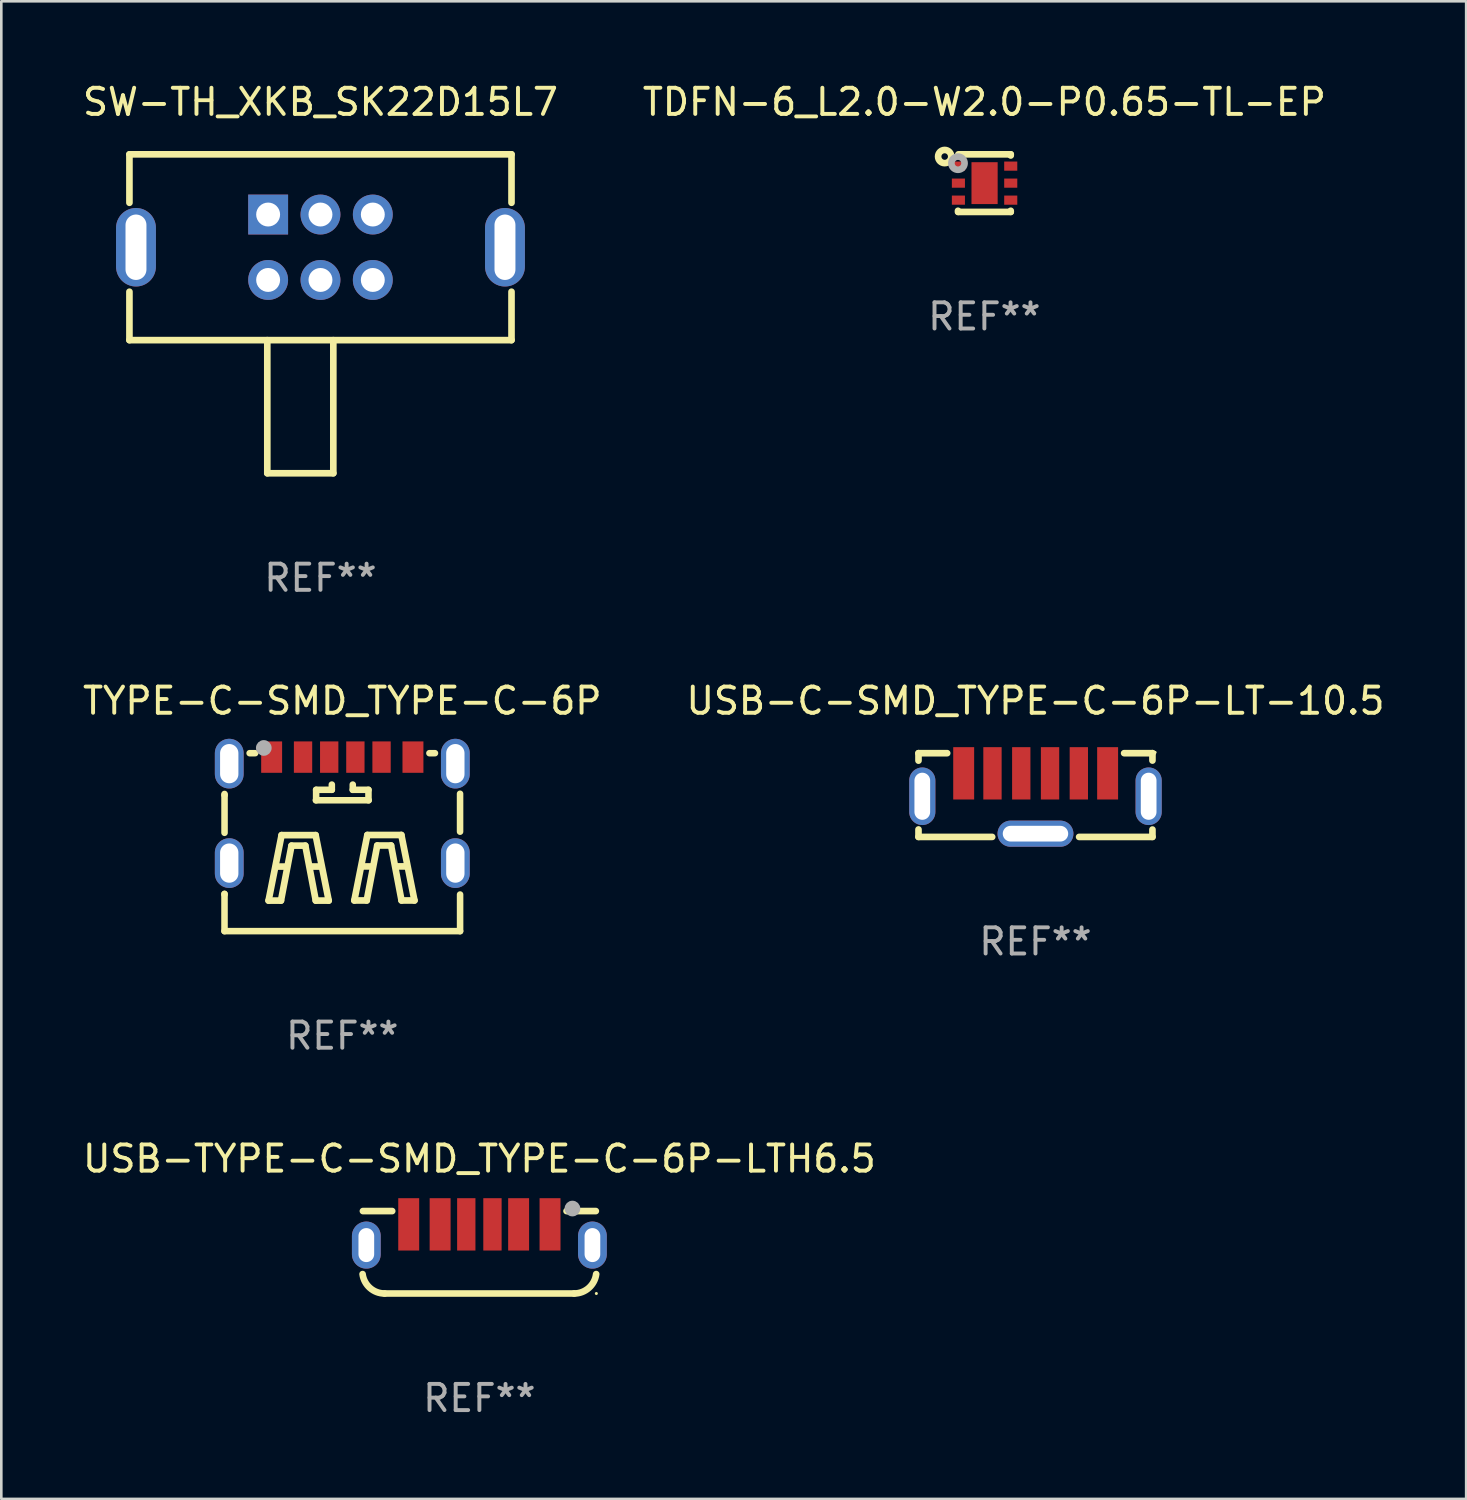
<source format=kicad_pcb>
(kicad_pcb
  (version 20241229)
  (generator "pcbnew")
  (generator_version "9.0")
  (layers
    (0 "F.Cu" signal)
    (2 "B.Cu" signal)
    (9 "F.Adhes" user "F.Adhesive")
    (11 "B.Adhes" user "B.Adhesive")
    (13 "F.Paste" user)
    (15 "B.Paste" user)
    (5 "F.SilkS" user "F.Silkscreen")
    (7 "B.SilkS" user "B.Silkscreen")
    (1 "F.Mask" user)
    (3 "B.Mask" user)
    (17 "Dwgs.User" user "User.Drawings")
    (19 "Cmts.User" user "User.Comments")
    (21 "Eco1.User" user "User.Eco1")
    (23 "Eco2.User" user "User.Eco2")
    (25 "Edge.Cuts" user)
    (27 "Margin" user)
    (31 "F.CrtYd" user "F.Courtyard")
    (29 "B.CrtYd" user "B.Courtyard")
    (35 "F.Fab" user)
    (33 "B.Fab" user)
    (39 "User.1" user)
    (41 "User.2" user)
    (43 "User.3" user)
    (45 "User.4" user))
  (footprint "USB-TYPE-C-SMD_TYPE-C-6P-LTH6.5"
    (layer "F.Cu")
    (at 15.268 44.132)
    (property "Reference" "USB-TYPE-C-SMD_TYPE-C-6P-LTH6.5" (at 0.000013 -2.904 0) (layer "F.SilkS") (effects (font (size 1 1) (thickness 0.15))))
    (attr through_hole)
    (fp_line (start -4.45 -0.904) (end -3.331 -0.904) (stroke (width 0.254) (type solid)) (layer "F.SilkS"))
    (fp_line (start -3.62 2.246) (end 3.62 2.246) (stroke (width 0.254) (type solid)) (layer "F.SilkS"))
    (fp_line (start 3.331 -0.904) (end 4.45 -0.904) (stroke (width 0.254) (type solid)) (layer "F.SilkS"))
    (fp_arc (start -3.61966 2.24605) (mid -4.181061 2.034177) (end -4.462636 1.504293) (stroke (width 0.254001) (type solid)) (layer "F.SilkS"))
    (fp_arc (start 4.463348 1.504267) (mid 4.18178 2.034168) (end 3.620371 2.246051) (stroke (width 0.254001) (type solid)) (layer "F.SilkS"))
    (fp_circle (center 4.47 2.246) (end 4.5 2.246) (stroke (width 0.06) (type solid)) (fill no) (layer "F.SilkS"))
    (fp_circle (center 3.556 -1) (end 3.706 -1) (stroke (width 0.3) (type solid)) (fill no) (layer "F.Fab"))
    (fp_text user "REF**" (at 0.000013 6.246 0) (layer "F.Fab") (effects (font (size 1 1) (thickness 0.15))))
    (pad "1" thru_hole oval (at -4.32 0.396) (size 1.1 1.8) (drill oval 0.6 1.3) (layers "*.Cu" "*.Mask"))
    (pad "1" thru_hole oval (at 4.32 0.396) (size 1.1 1.8) (drill oval 0.6 1.3) (layers "*.Cu" "*.Mask"))
    (pad "A5" smd rect (at -0.5 -0.396) (size 0.7 2) (layers "F.Cu" "F.Mask" "F.Paste"))
    (pad "A9" smd rect (at 1.5 -0.396) (size 0.8 2) (layers "F.Cu" "F.Mask" "F.Paste"))
    (pad "A12" smd rect (at 2.7 -0.396) (size 0.8 2) (layers "F.Cu" "F.Mask" "F.Paste"))
    (pad "B5" smd rect (at 0.5 -0.396) (size 0.7 2) (layers "F.Cu" "F.Mask" "F.Paste"))
    (pad "B9" smd rect (at -1.5 -0.396) (size 0.8 2) (layers "F.Cu" "F.Mask" "F.Paste"))
    (pad "B12" smd rect (at -2.7 -0.396) (size 0.8 2) (layers "F.Cu" "F.Mask" "F.Paste")))
  (footprint "USB-C-SMD_TYPE-C-6P-LT-10.5"
    (layer "F.Cu")
    (at 36.518 27.654)
    (property "Reference" "USB-C-SMD_TYPE-C-6P-LT-10.5" (at -0.000127 -3.923 0) (layer "F.SilkS") (effects (font (size 1 1) (thickness 0.15))))
    (attr through_hole)
    (fp_line (start -4.47 -1.923) (end -4.47 -1.638) (stroke (width 0.254) (type solid)) (layer "F.SilkS"))
    (fp_line (start -4.47 -1.923) (end -3.374 -1.923) (stroke (width 0.254) (type solid)) (layer "F.SilkS"))
    (fp_line (start -4.47 0.992) (end -4.47 1.277) (stroke (width 0.254) (type solid)) (layer "F.SilkS"))
    (fp_line (start -4.47 1.277) (end -1.654 1.277) (stroke (width 0.254) (type solid)) (layer "F.SilkS"))
    (fp_line (start 1.668 1.277) (end 4.47 1.277) (stroke (width 0.254) (type solid)) (layer "F.SilkS"))
    (fp_line (start 3.388 -1.923) (end 4.47 -1.923) (stroke (width 0.254) (type solid)) (layer "F.SilkS"))
    (fp_line (start 4.47 -1.923) (end 4.47 -1.641) (stroke (width 0.254) (type solid)) (layer "F.SilkS"))
    (fp_line (start 4.47 0.995) (end 4.47 1.277) (stroke (width 0.254) (type solid)) (layer "F.SilkS"))
    (fp_circle (center 4.572 -1.953) (end 4.602 -1.953) (stroke (width 0.06) (type solid)) (fill no) (layer "F.SilkS"))
    (fp_text user "REF**" (at -0.000127 5.277 0) (layer "F.Fab") (effects (font (size 1 1) (thickness 0.15))))
    (pad "7" thru_hole oval (at 4.325 -0.277) (size 1 2.2) (drill oval 0.6 1.8) (layers "*.Cu" "*.Mask"))
    (pad "8" thru_hole oval (at 0.000127 1.153 90) (size 1 2.9) (drill oval 0.6 2.5) (layers "*.Cu" "*.Mask"))
    (pad "9" thru_hole oval (at -4.325 -0.277 180) (size 1 2.2) (drill oval 0.6 1.8) (layers "*.Cu" "*.Mask"))
    (pad "A5" smd rect (at -0.543 -1.153) (size 0.7 2) (layers "F.Cu" "F.Mask" "F.Paste"))
    (pad "A9" smd rect (at 1.657 -1.153) (size 0.7 2) (layers "F.Cu" "F.Mask" "F.Paste"))
    (pad "A12" smd rect (at 2.757 -1.153) (size 0.8 2) (layers "F.Cu" "F.Mask" "F.Paste"))
    (pad "B5" smd rect (at 0.557 -1.153) (size 0.7 2) (layers "F.Cu" "F.Mask" "F.Paste"))
    (pad "B9" smd rect (at -1.643 -1.153) (size 0.7 2) (layers "F.Cu" "F.Mask" "F.Paste"))
    (pad "B12" smd rect (at -2.743 -1.153) (size 0.8 2) (layers "F.Cu" "F.Mask" "F.Paste")))
  (footprint "TDFN-6_L2.0-W2.0-P0.65-TL-EP"
    (layer "F.Cu")
    (at 34.573 3.948)
    (property "Reference" "TDFN-6_L2.0-W2.0-P0.65-TL-EP" (at -0.008 -3.1 0) (layer "F.SilkS") (effects (font (size 1 1) (thickness 0.15))))
    (attr smd)
    (fp_line (start -1.016 1.056) (end -1.016 1.1) (stroke (width 0.254) (type solid)) (layer "F.SilkS"))
    (fp_line (start -1 -1.1) (end 1 -1.1) (stroke (width 0.254) (type solid)) (layer "F.SilkS"))
    (fp_line (start -1 1.1) (end 1 1.1) (stroke (width 0.254) (type solid)) (layer "F.SilkS"))
    (fp_line (start 1 -1.1) (end 1 -1.056) (stroke (width 0.254) (type solid)) (layer "F.SilkS"))
    (fp_line (start 1 1.056) (end 1 1.1) (stroke (width 0.254) (type solid)) (layer "F.SilkS"))
    (fp_circle (center -1.524 -1.016) (end -1.399 -1.016) (stroke (width 0.254) (type solid)) (fill no) (layer "F.SilkS"))
    (fp_circle (center -1 -1) (end -0.97 -1) (stroke (width 0.06) (type solid)) (fill no) (layer "F.SilkS"))
    (fp_circle (center -1.016 -0.762) (end -0.891 -0.762) (stroke (width 0.254) (type solid)) (fill no) (layer "F.Fab"))
    (fp_text user "REF**" (at -0.008 5.1 0) (layer "F.Fab") (effects (font (size 1 1) (thickness 0.15))))
    (pad "1" smd rect (at -1 -0.65 90) (size 0.35 0.5) (layers "F.Cu" "F.Mask" "F.Paste"))
    (pad "2" smd rect (at -1 -0.000025 90) (size 0.35 0.5) (layers "F.Cu" "F.Mask" "F.Paste"))
    (pad "3" smd rect (at -1 0.65 90) (size 0.35 0.5) (layers "F.Cu" "F.Mask" "F.Paste"))
    (pad "4" smd rect (at 1 0.65 90) (size 0.35 0.5) (layers "F.Cu" "F.Mask" "F.Paste"))
    (pad "5" smd rect (at 1 -0.000025 90) (size 0.35 0.5) (layers "F.Cu" "F.Mask" "F.Paste"))
    (pad "6" smd rect (at 1 -0.65 90) (size 0.35 0.5) (layers "F.Cu" "F.Mask" "F.Paste"))
    (pad "7" smd rect (at 0.000076 -0.000025 180) (size 1 1.6) (layers "F.Cu" "F.Mask" "F.Paste")))
  (footprint "TYPE-C-SMD_TYPE-C-6P"
    (layer "F.Cu")
    (at 10.03 27.906)
    (property "Reference" "TYPE-C-SMD_TYPE-C-6P" (at 0.000127 -4.175 0) (layer "F.SilkS") (effects (font (size 1 1) (thickness 0.15))))
    (attr through_hole)
    (fp_line (start -4.501 3.203) (end -4.501 4.626) (stroke (width 0.25) (type solid)) (layer "F.SilkS"))
    (fp_line (start -4.501 3.226) (end -4.501 3.203) (stroke (width 0.25) (type solid)) (layer "F.SilkS"))
    (fp_line (start -4.501 4.626) (end 4.501 4.626) (stroke (width 0.25) (type solid)) (layer "F.SilkS"))
    (fp_line (start -4.5 -0.575) (end -4.5 -0.617) (stroke (width 0.25) (type solid)) (layer "F.SilkS"))
    (fp_line (start -4.5 -0.575) (end -4.5 0.867) (stroke (width 0.25) (type solid)) (layer "F.SilkS"))
    (fp_line (start -3.541 -2.175) (end -3.329 -2.175) (stroke (width 0.25) (type solid)) (layer "F.SilkS"))
    (fp_line (start -2.818 3.458) (end -2.32 0.956) (stroke (width 0.254) (type solid)) (layer "F.SilkS"))
    (fp_line (start -2.518 2.158) (end -2.119 2.158) (stroke (width 0.254) (type solid)) (layer "F.SilkS"))
    (fp_line (start -2.343 3.458) (end -2.818 3.458) (stroke (width 0.254) (type solid)) (layer "F.SilkS"))
    (fp_line (start -2.32 0.956) (end -1.019 0.956) (stroke (width 0.254) (type solid)) (layer "F.SilkS"))
    (fp_line (start -1.941 1.358) (end -2.343 3.458) (stroke (width 0.254) (type solid)) (layer "F.SilkS"))
    (fp_line (start -1.413 1.358) (end -1.941 1.358) (stroke (width 0.254) (type solid)) (layer "F.SilkS"))
    (fp_line (start -1.219 2.157) (end -0.819 2.157) (stroke (width 0.254) (type solid)) (layer "F.SilkS"))
    (fp_line (start -1.019 0.956) (end -0.519 3.458) (stroke (width 0.254) (type solid)) (layer "F.SilkS"))
    (fp_line (start -1.014 3.458) (end -1.413 1.358) (stroke (width 0.254) (type solid)) (layer "F.SilkS"))
    (fp_line (start -1.01 -0.375) (end 1.01 -0.375) (stroke (width 0.25) (type solid)) (layer "F.SilkS"))
    (fp_line (start -1 -0.775) (end -0.4 -0.775) (stroke (width 0.25) (type solid)) (layer "F.SilkS"))
    (fp_line (start -1 -0.375) (end -1 -0.775) (stroke (width 0.25) (type solid)) (layer "F.SilkS"))
    (fp_line (start -0.519 3.458) (end -1.014 3.458) (stroke (width 0.254) (type solid)) (layer "F.SilkS"))
    (fp_line (start -0.4 -0.775) (end -0.4 -0.975) (stroke (width 0.25) (type solid)) (layer "F.SilkS"))
    (fp_line (start 0.4 -0.775) (end 0.4 -0.975) (stroke (width 0.25) (type solid)) (layer "F.SilkS"))
    (fp_line (start 0.459 3.453) (end 0.957 0.951) (stroke (width 0.254) (type solid)) (layer "F.SilkS"))
    (fp_line (start 0.759 2.153) (end 1.158 2.153) (stroke (width 0.254) (type solid)) (layer "F.SilkS"))
    (fp_line (start 0.934 3.453) (end 0.459 3.453) (stroke (width 0.254) (type solid)) (layer "F.SilkS"))
    (fp_line (start 0.957 0.951) (end 2.257 0.951) (stroke (width 0.254) (type solid)) (layer "F.SilkS"))
    (fp_line (start 1 -0.775) (end 0.4 -0.775) (stroke (width 0.25) (type solid)) (layer "F.SilkS"))
    (fp_line (start 1 -0.375) (end 1 -0.775) (stroke (width 0.25) (type solid)) (layer "F.SilkS"))
    (fp_line (start 1.335 1.353) (end 0.934 3.453) (stroke (width 0.254) (type solid)) (layer "F.SilkS"))
    (fp_line (start 1.864 1.353) (end 1.335 1.353) (stroke (width 0.254) (type solid)) (layer "F.SilkS"))
    (fp_line (start 2.058 2.152) (end 2.458 2.152) (stroke (width 0.254) (type solid)) (layer "F.SilkS"))
    (fp_line (start 2.257 0.951) (end 2.758 3.453) (stroke (width 0.254) (type solid)) (layer "F.SilkS"))
    (fp_line (start 2.263 3.453) (end 1.864 1.353) (stroke (width 0.254) (type solid)) (layer "F.SilkS"))
    (fp_line (start 2.758 3.453) (end 2.263 3.453) (stroke (width 0.254) (type solid)) (layer "F.SilkS"))
    (fp_line (start 3.329 -2.175) (end 3.541 -2.175) (stroke (width 0.25) (type solid)) (layer "F.SilkS"))
    (fp_line (start 4.5 0.825) (end 4.5 -0.625) (stroke (width 0.25) (type solid)) (layer "F.SilkS"))
    (fp_line (start 4.501 4.626) (end 4.501 3.226) (stroke (width 0.25) (type solid)) (layer "F.SilkS"))
    (fp_circle (center 4.47 4.625) (end 4.5 4.625) (stroke (width 0.06) (type solid)) (fill no) (layer "F.SilkS"))
    (fp_circle (center -3 -2.375) (end -2.85 -2.375) (stroke (width 0.3) (type solid)) (fill no) (layer "F.Fab"))
    (fp_text user "REF**" (at 0.000127 8.626 0) (layer "F.Fab") (effects (font (size 1 1) (thickness 0.15))))
    (pad "7" thru_hole oval (at -4.32 -1.775) (size 1.1 1.9) (drill oval 0.7 1.5) (layers "*.Cu" "*.Mask"))
    (pad "7" thru_hole oval (at -4.32 2.025) (size 1.1 1.9) (drill oval 0.7 1.5) (layers "*.Cu" "*.Mask"))
    (pad "7" thru_hole oval (at 4.32 -1.775) (size 1.1 1.9) (drill oval 0.7 1.5) (layers "*.Cu" "*.Mask"))
    (pad "7" thru_hole oval (at 4.32 2.025) (size 1.1 1.9) (drill oval 0.7 1.5) (layers "*.Cu" "*.Mask"))
    (pad "A5" smd rect (at -0.5 -2.025) (size 0.7 1.2) (layers "F.Cu" "F.Mask" "F.Paste"))
    (pad "A9" smd rect (at 1.5 -2.025) (size 0.7 1.2) (layers "F.Cu" "F.Mask" "F.Paste"))
    (pad "A12" smd rect (at 2.7 -2.025) (size 0.8 1.2) (layers "F.Cu" "F.Mask" "F.Paste"))
    (pad "B5" smd rect (at 0.5 -2.025) (size 0.7 1.2) (layers "F.Cu" "F.Mask" "F.Paste"))
    (pad "B9" smd rect (at -1.5 -2.025) (size 0.7 1.2) (layers "F.Cu" "F.Mask" "F.Paste"))
    (pad "B12" smd rect (at -2.7 -2.025) (size 0.8 1.2) (layers "F.Cu" "F.Mask" "F.Paste")))
  (footprint "SW-TH_XKB_SK22D15L7"
    (layer "F.Cu")
    (at 9.196 6.398)
    (property "Reference" "SW-TH_XKB_SK22D15L7" (at 0 -5.55 0) (layer "F.SilkS") (effects (font (size 1 1) (thickness 0.15))))
    (attr through_hole)
    (fp_line (start -7.3 -3.55) (end -7.3 -1.699) (stroke (width 0.254) (type solid)) (layer "F.SilkS"))
    (fp_line (start -7.3 1.699) (end -7.3 3.55) (stroke (width 0.254) (type solid)) (layer "F.SilkS"))
    (fp_line (start -2.032 8.636) (end -2.032 3.55) (stroke (width 0.254) (type solid)) (layer "F.SilkS"))
    (fp_line (start 0.491 3.55) (end 0.491 8.636) (stroke (width 0.254) (type solid)) (layer "F.SilkS"))
    (fp_line (start 0.491 8.636) (end -2.032 8.636) (stroke (width 0.254) (type solid)) (layer "F.SilkS"))
    (fp_line (start 7.3 -3.55) (end -7.3 -3.55) (stroke (width 0.254) (type solid)) (layer "F.SilkS"))
    (fp_line (start 7.3 -3.55) (end 7.3 -1.699) (stroke (width 0.254) (type solid)) (layer "F.SilkS"))
    (fp_line (start 7.3 1.699) (end 7.3 3.55) (stroke (width 0.254) (type solid)) (layer "F.SilkS"))
    (fp_line (start 7.3 3.55) (end -7.3 3.55) (stroke (width 0.254) (type solid)) (layer "F.SilkS"))
    (fp_circle (center -7.3 -3.55) (end -7.27 -3.55) (stroke (width 0.06) (type solid)) (fill no) (layer "F.SilkS"))
    (fp_text user "REF**" (at 0 12.636 0) (layer "F.Fab") (effects (font (size 1 1) (thickness 0.15))))
    (pad "1" thru_hole rect (at -2 -1.25) (size 1.524 1.524) (drill 0.914) (layers "*.Cu" "*.Mask"))
    (pad "2" thru_hole circle (at 0 -1.25) (size 1.524 1.524) (drill 0.914) (layers "*.Cu" "*.Mask"))
    (pad "3" thru_hole circle (at 2 -1.25) (size 1.524 1.524) (drill 0.914) (layers "*.Cu" "*.Mask"))
    (pad "4" thru_hole circle (at -2 1.25) (size 1.524 1.524) (drill 0.914) (layers "*.Cu" "*.Mask"))
    (pad "5" thru_hole circle (at 0 1.25) (size 1.524 1.524) (drill 0.914) (layers "*.Cu" "*.Mask"))
    (pad "6" thru_hole circle (at 2 1.25) (size 1.524 1.524) (drill 0.914) (layers "*.Cu" "*.Mask"))
    (pad "7" thru_hole oval (at 7.05 -0.000127) (size 1.524 3) (drill oval 0.8 2.5) (layers "*.Cu" "*.Mask"))
    (pad "8" thru_hole oval (at -7.05 -0.000127) (size 1.524 3) (drill oval 0.8 2.5) (layers "*.Cu" "*.Mask")))
  (gr_rect
    (start -3 -3)
    (end 52.976 54.226)
    (stroke (width 0.1) (type default))
    (fill no)
    (layer "Edge.Cuts")))
</source>
